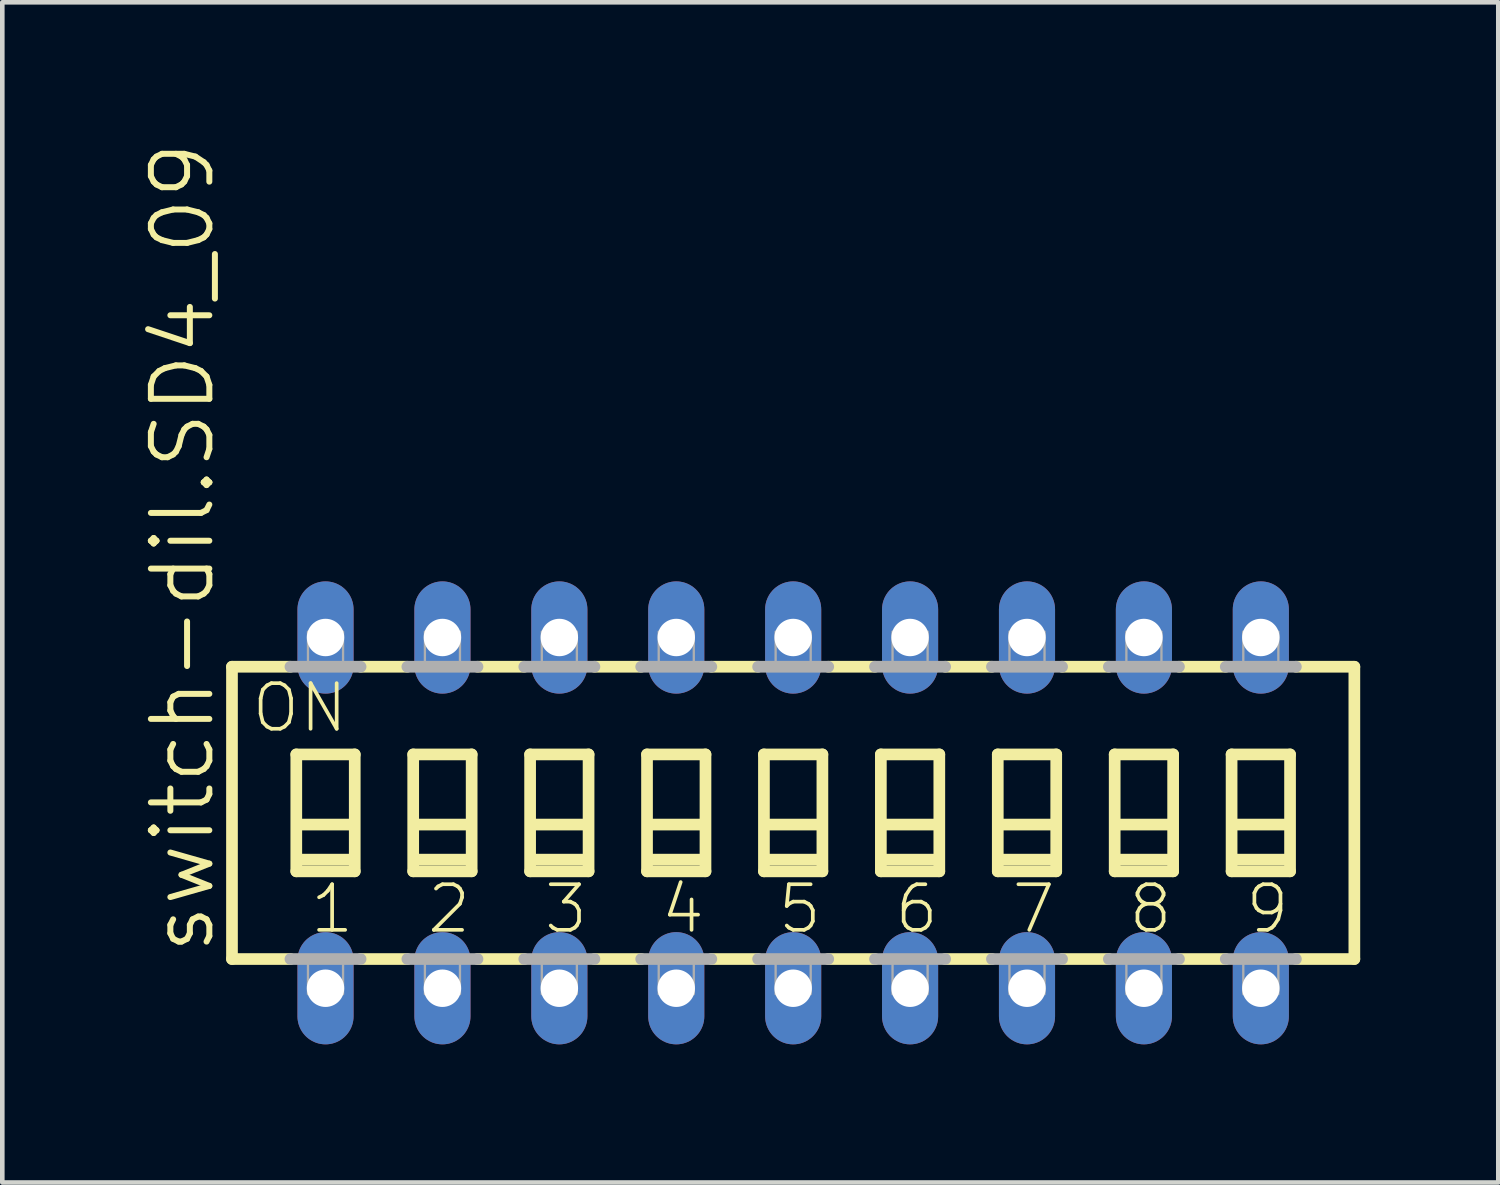
<source format=kicad_pcb>
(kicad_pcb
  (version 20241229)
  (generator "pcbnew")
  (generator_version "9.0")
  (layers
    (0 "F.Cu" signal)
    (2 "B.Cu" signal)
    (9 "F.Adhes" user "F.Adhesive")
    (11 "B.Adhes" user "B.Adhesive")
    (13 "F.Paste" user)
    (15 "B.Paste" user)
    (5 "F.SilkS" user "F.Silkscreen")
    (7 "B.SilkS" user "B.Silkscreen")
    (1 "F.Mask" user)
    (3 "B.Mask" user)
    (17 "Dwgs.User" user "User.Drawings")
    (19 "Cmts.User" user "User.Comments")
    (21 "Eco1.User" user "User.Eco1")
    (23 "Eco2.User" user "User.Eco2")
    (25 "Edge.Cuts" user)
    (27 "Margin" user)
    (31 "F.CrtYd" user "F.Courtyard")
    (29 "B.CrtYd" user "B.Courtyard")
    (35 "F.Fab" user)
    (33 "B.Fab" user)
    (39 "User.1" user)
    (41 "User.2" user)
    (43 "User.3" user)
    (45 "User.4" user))
  (footprint "switch-dil.SD4_09"
    (layer "F.Cu")
    (at 14.182 14.61)
    (property "Reference" "switch-dil.SD4_09" (at -12.522 3.124 90) (layer "F.SilkS") (effects (font (size 1.27 1.27) (thickness 0.13)) (justify left bottom)))
    (attr through_hole)
    (fp_line (start -12.192 -3.175) (end -12.192 3.175) (stroke (width 0.254) (type default)) (layer "F.SilkS"))
    (fp_line (start -12.192 -3.175) (end -10.922 -3.175) (stroke (width 0.254) (type default)) (layer "F.SilkS"))
    (fp_line (start -12.192 3.175) (end -10.922 3.175) (stroke (width 0.254) (type default)) (layer "F.SilkS"))
    (fp_line (start -10.795 -1.27) (end -10.795 1.27) (stroke (width 0.254) (type default)) (layer "F.SilkS"))
    (fp_line (start -10.795 1.27) (end -9.525 1.27) (stroke (width 0.254) (type default)) (layer "F.SilkS"))
    (fp_line (start -10.668 0.254) (end -9.652 0.254) (stroke (width 0.254) (type default)) (layer "F.SilkS"))
    (fp_line (start -9.652 1.016) (end -10.668 1.016) (stroke (width 0.254) (type default)) (layer "F.SilkS"))
    (fp_line (start -9.525 -1.27) (end -10.795 -1.27) (stroke (width 0.254) (type default)) (layer "F.SilkS"))
    (fp_line (start -9.525 1.27) (end -9.525 -1.27) (stroke (width 0.254) (type default)) (layer "F.SilkS"))
    (fp_line (start -9.398 -3.175) (end -8.382 -3.175) (stroke (width 0.254) (type default)) (layer "F.SilkS"))
    (fp_line (start -9.398 3.175) (end -8.382 3.175) (stroke (width 0.254) (type default)) (layer "F.SilkS"))
    (fp_line (start -8.255 -1.27) (end -8.255 1.27) (stroke (width 0.254) (type default)) (layer "F.SilkS"))
    (fp_line (start -8.255 1.27) (end -6.985 1.27) (stroke (width 0.254) (type default)) (layer "F.SilkS"))
    (fp_line (start -8.128 0.254) (end -7.112 0.254) (stroke (width 0.254) (type default)) (layer "F.SilkS"))
    (fp_line (start -7.112 1.016) (end -8.128 1.016) (stroke (width 0.254) (type default)) (layer "F.SilkS"))
    (fp_line (start -6.985 -1.27) (end -8.255 -1.27) (stroke (width 0.254) (type default)) (layer "F.SilkS"))
    (fp_line (start -6.985 1.27) (end -6.985 -1.27) (stroke (width 0.254) (type default)) (layer "F.SilkS"))
    (fp_line (start -6.858 -3.175) (end -5.842 -3.175) (stroke (width 0.254) (type default)) (layer "F.SilkS"))
    (fp_line (start -6.858 3.175) (end -5.842 3.175) (stroke (width 0.254) (type default)) (layer "F.SilkS"))
    (fp_line (start -5.715 -1.27) (end -5.715 1.27) (stroke (width 0.254) (type default)) (layer "F.SilkS"))
    (fp_line (start -5.715 1.27) (end -4.445 1.27) (stroke (width 0.254) (type default)) (layer "F.SilkS"))
    (fp_line (start -5.588 0.254) (end -4.572 0.254) (stroke (width 0.254) (type default)) (layer "F.SilkS"))
    (fp_line (start -4.572 1.016) (end -5.588 1.016) (stroke (width 0.254) (type default)) (layer "F.SilkS"))
    (fp_line (start -4.445 -1.27) (end -5.715 -1.27) (stroke (width 0.254) (type default)) (layer "F.SilkS"))
    (fp_line (start -4.445 1.27) (end -4.445 -1.27) (stroke (width 0.254) (type default)) (layer "F.SilkS"))
    (fp_line (start -4.318 -3.175) (end -3.302 -3.175) (stroke (width 0.254) (type default)) (layer "F.SilkS"))
    (fp_line (start -4.318 3.175) (end -3.302 3.175) (stroke (width 0.254) (type default)) (layer "F.SilkS"))
    (fp_line (start -3.175 -1.27) (end -3.175 1.27) (stroke (width 0.254) (type default)) (layer "F.SilkS"))
    (fp_line (start -3.175 1.27) (end -1.905 1.27) (stroke (width 0.254) (type default)) (layer "F.SilkS"))
    (fp_line (start -3.048 0.254) (end -2.032 0.254) (stroke (width 0.254) (type default)) (layer "F.SilkS"))
    (fp_line (start -2.032 1.016) (end -3.048 1.016) (stroke (width 0.254) (type default)) (layer "F.SilkS"))
    (fp_line (start -1.905 -1.27) (end -3.175 -1.27) (stroke (width 0.254) (type default)) (layer "F.SilkS"))
    (fp_line (start -1.905 1.27) (end -1.905 -1.27) (stroke (width 0.254) (type default)) (layer "F.SilkS"))
    (fp_line (start -1.778 -3.175) (end -0.762 -3.175) (stroke (width 0.254) (type default)) (layer "F.SilkS"))
    (fp_line (start -1.778 3.175) (end -0.762 3.175) (stroke (width 0.254) (type default)) (layer "F.SilkS"))
    (fp_line (start -0.635 -1.27) (end -0.635 1.27) (stroke (width 0.254) (type default)) (layer "F.SilkS"))
    (fp_line (start -0.635 1.27) (end 0.635 1.27) (stroke (width 0.254) (type default)) (layer "F.SilkS"))
    (fp_line (start -0.508 0.254) (end 0.508 0.254) (stroke (width 0.254) (type default)) (layer "F.SilkS"))
    (fp_line (start 0.508 1.016) (end -0.508 1.016) (stroke (width 0.254) (type default)) (layer "F.SilkS"))
    (fp_line (start 0.635 -1.27) (end -0.635 -1.27) (stroke (width 0.254) (type default)) (layer "F.SilkS"))
    (fp_line (start 0.635 1.27) (end 0.635 -1.27) (stroke (width 0.254) (type default)) (layer "F.SilkS"))
    (fp_line (start 0.762 -3.175) (end 1.778 -3.175) (stroke (width 0.254) (type default)) (layer "F.SilkS"))
    (fp_line (start 0.762 3.175) (end 1.778 3.175) (stroke (width 0.254) (type default)) (layer "F.SilkS"))
    (fp_line (start 1.905 -1.27) (end 1.905 1.27) (stroke (width 0.254) (type default)) (layer "F.SilkS"))
    (fp_line (start 1.905 1.27) (end 3.175 1.27) (stroke (width 0.254) (type default)) (layer "F.SilkS"))
    (fp_line (start 2.032 0.254) (end 3.048 0.254) (stroke (width 0.254) (type default)) (layer "F.SilkS"))
    (fp_line (start 3.048 1.016) (end 2.032 1.016) (stroke (width 0.254) (type default)) (layer "F.SilkS"))
    (fp_line (start 3.175 -1.27) (end 1.905 -1.27) (stroke (width 0.254) (type default)) (layer "F.SilkS"))
    (fp_line (start 3.175 1.27) (end 3.175 -1.27) (stroke (width 0.254) (type default)) (layer "F.SilkS"))
    (fp_line (start 3.302 -3.175) (end 4.318 -3.175) (stroke (width 0.254) (type default)) (layer "F.SilkS"))
    (fp_line (start 3.302 3.175) (end 4.318 3.175) (stroke (width 0.254) (type default)) (layer "F.SilkS"))
    (fp_line (start 4.445 -1.27) (end 4.445 1.27) (stroke (width 0.254) (type default)) (layer "F.SilkS"))
    (fp_line (start 4.445 1.27) (end 5.715 1.27) (stroke (width 0.254) (type default)) (layer "F.SilkS"))
    (fp_line (start 4.572 0.254) (end 5.588 0.254) (stroke (width 0.254) (type default)) (layer "F.SilkS"))
    (fp_line (start 5.588 1.016) (end 4.572 1.016) (stroke (width 0.254) (type default)) (layer "F.SilkS"))
    (fp_line (start 5.715 -1.27) (end 4.445 -1.27) (stroke (width 0.254) (type default)) (layer "F.SilkS"))
    (fp_line (start 5.715 1.27) (end 5.715 -1.27) (stroke (width 0.254) (type default)) (layer "F.SilkS"))
    (fp_line (start 5.842 -3.175) (end 6.858 -3.175) (stroke (width 0.254) (type default)) (layer "F.SilkS"))
    (fp_line (start 5.842 3.175) (end 6.858 3.175) (stroke (width 0.254) (type default)) (layer "F.SilkS"))
    (fp_line (start 6.985 -1.27) (end 6.985 1.27) (stroke (width 0.254) (type default)) (layer "F.SilkS"))
    (fp_line (start 6.985 1.27) (end 8.255 1.27) (stroke (width 0.254) (type default)) (layer "F.SilkS"))
    (fp_line (start 7.112 0.254) (end 8.128 0.254) (stroke (width 0.254) (type default)) (layer "F.SilkS"))
    (fp_line (start 8.128 1.016) (end 7.112 1.016) (stroke (width 0.254) (type default)) (layer "F.SilkS"))
    (fp_line (start 8.255 -1.27) (end 6.985 -1.27) (stroke (width 0.254) (type default)) (layer "F.SilkS"))
    (fp_line (start 8.255 1.27) (end 8.255 -1.27) (stroke (width 0.254) (type default)) (layer "F.SilkS"))
    (fp_line (start 8.382 -3.175) (end 9.398 -3.175) (stroke (width 0.254) (type default)) (layer "F.SilkS"))
    (fp_line (start 8.382 3.175) (end 9.398 3.175) (stroke (width 0.254) (type default)) (layer "F.SilkS"))
    (fp_line (start 9.525 -1.27) (end 9.525 1.27) (stroke (width 0.254) (type default)) (layer "F.SilkS"))
    (fp_line (start 9.525 1.27) (end 10.795 1.27) (stroke (width 0.254) (type default)) (layer "F.SilkS"))
    (fp_line (start 9.652 0.254) (end 10.668 0.254) (stroke (width 0.254) (type default)) (layer "F.SilkS"))
    (fp_line (start 10.668 1.016) (end 9.652 1.016) (stroke (width 0.254) (type default)) (layer "F.SilkS"))
    (fp_line (start 10.795 -1.27) (end 9.525 -1.27) (stroke (width 0.254) (type default)) (layer "F.SilkS"))
    (fp_line (start 10.795 1.27) (end 10.795 -1.27) (stroke (width 0.254) (type default)) (layer "F.SilkS"))
    (fp_line (start 12.192 -3.175) (end 10.922 -3.175) (stroke (width 0.254) (type default)) (layer "F.SilkS"))
    (fp_line (start 12.192 3.175) (end 10.922 3.175) (stroke (width 0.254) (type default)) (layer "F.SilkS"))
    (fp_line (start 12.192 3.175) (end 12.192 -3.175) (stroke (width 0.254) (type default)) (layer "F.SilkS"))
    (fp_line (start -10.922 -3.175) (end -9.398 -3.175) (stroke (width 0.254) (type default)) (layer "F.Fab"))
    (fp_line (start -9.398 3.175) (end -10.922 3.175) (stroke (width 0.254) (type default)) (layer "F.Fab"))
    (fp_line (start -8.382 -3.175) (end -6.858 -3.175) (stroke (width 0.254) (type default)) (layer "F.Fab"))
    (fp_line (start -6.858 3.175) (end -8.382 3.175) (stroke (width 0.254) (type default)) (layer "F.Fab"))
    (fp_line (start -5.842 -3.175) (end -4.318 -3.175) (stroke (width 0.254) (type default)) (layer "F.Fab"))
    (fp_line (start -4.318 3.175) (end -5.842 3.175) (stroke (width 0.254) (type default)) (layer "F.Fab"))
    (fp_line (start -3.302 -3.175) (end -1.778 -3.175) (stroke (width 0.254) (type default)) (layer "F.Fab"))
    (fp_line (start -1.778 3.175) (end -3.302 3.175) (stroke (width 0.254) (type default)) (layer "F.Fab"))
    (fp_line (start -0.762 -3.175) (end 0.762 -3.175) (stroke (width 0.254) (type default)) (layer "F.Fab"))
    (fp_line (start 0.762 3.175) (end -0.762 3.175) (stroke (width 0.254) (type default)) (layer "F.Fab"))
    (fp_line (start 1.778 -3.175) (end 3.302 -3.175) (stroke (width 0.254) (type default)) (layer "F.Fab"))
    (fp_line (start 3.302 3.175) (end 1.778 3.175) (stroke (width 0.254) (type default)) (layer "F.Fab"))
    (fp_line (start 4.318 -3.175) (end 5.842 -3.175) (stroke (width 0.254) (type default)) (layer "F.Fab"))
    (fp_line (start 5.842 3.175) (end 4.318 3.175) (stroke (width 0.254) (type default)) (layer "F.Fab"))
    (fp_line (start 6.858 -3.175) (end 8.382 -3.175) (stroke (width 0.254) (type default)) (layer "F.Fab"))
    (fp_line (start 8.382 3.175) (end 6.858 3.175) (stroke (width 0.254) (type default)) (layer "F.Fab"))
    (fp_line (start 9.398 -3.175) (end 10.922 -3.175) (stroke (width 0.254) (type default)) (layer "F.Fab"))
    (fp_line (start 10.922 3.175) (end 9.398 3.175) (stroke (width 0.254) (type default)) (layer "F.Fab"))
    (fp_rect (start -10.541 -3.175) (end -9.779 -3.937) (stroke (width 0.05) (type default)) (fill no) (layer "F.Fab"))
    (fp_rect (start -10.541 3.937) (end -9.779 3.175) (stroke (width 0.05) (type default)) (fill no) (layer "F.Fab"))
    (fp_rect (start -8.001 -3.175) (end -7.239 -3.937) (stroke (width 0.05) (type default)) (fill no) (layer "F.Fab"))
    (fp_rect (start -8.001 3.937) (end -7.239 3.175) (stroke (width 0.05) (type default)) (fill no) (layer "F.Fab"))
    (fp_rect (start -5.461 -3.175) (end -4.699 -3.937) (stroke (width 0.05) (type default)) (fill no) (layer "F.Fab"))
    (fp_rect (start -5.461 3.937) (end -4.699 3.175) (stroke (width 0.05) (type default)) (fill no) (layer "F.Fab"))
    (fp_rect (start -2.921 -3.175) (end -2.159 -3.937) (stroke (width 0.05) (type default)) (fill no) (layer "F.Fab"))
    (fp_rect (start -2.921 3.937) (end -2.159 3.175) (stroke (width 0.05) (type default)) (fill no) (layer "F.Fab"))
    (fp_rect (start -0.381 -3.175) (end 0.381 -3.937) (stroke (width 0.05) (type default)) (fill no) (layer "F.Fab"))
    (fp_rect (start -0.381 3.937) (end 0.381 3.175) (stroke (width 0.05) (type default)) (fill no) (layer "F.Fab"))
    (fp_rect (start 2.159 -3.175) (end 2.921 -3.937) (stroke (width 0.05) (type default)) (fill no) (layer "F.Fab"))
    (fp_rect (start 2.159 3.937) (end 2.921 3.175) (stroke (width 0.05) (type default)) (fill no) (layer "F.Fab"))
    (fp_rect (start 4.699 -3.175) (end 5.461 -3.937) (stroke (width 0.05) (type default)) (fill no) (layer "F.Fab"))
    (fp_rect (start 4.699 3.937) (end 5.461 3.175) (stroke (width 0.05) (type default)) (fill no) (layer "F.Fab"))
    (fp_rect (start 7.239 -3.175) (end 8.001 -3.937) (stroke (width 0.05) (type default)) (fill no) (layer "F.Fab"))
    (fp_rect (start 7.239 3.937) (end 8.001 3.175) (stroke (width 0.05) (type default)) (fill no) (layer "F.Fab"))
    (fp_rect (start 9.779 -3.175) (end 10.541 -3.937) (stroke (width 0.05) (type default)) (fill no) (layer "F.Fab"))
    (fp_rect (start 9.779 3.937) (end 10.541 3.175) (stroke (width 0.05) (type default)) (fill no) (layer "F.Fab"))
    (fp_text user "2" (at -8.001 2.667 0) (layer "F.SilkS") (effects (font (size 0.991 0.991) (thickness 0.08)) (justify left bottom)))
    (fp_text user "8" (at 7.239 2.667 0) (layer "F.SilkS") (effects (font (size 0.991 0.991) (thickness 0.08)) (justify left bottom)))
    (fp_text user "1" (at -10.541 2.667 0) (layer "F.SilkS") (effects (font (size 0.991 0.991) (thickness 0.08)) (justify left bottom)))
    (fp_text user "4" (at -2.921 2.667 0) (layer "F.SilkS") (effects (font (size 0.991 0.991) (thickness 0.08)) (justify left bottom)))
    (fp_text user "6" (at 2.159 2.667 0) (layer "F.SilkS") (effects (font (size 0.991 0.991) (thickness 0.08)) (justify left bottom)))
    (fp_text user "ON" (at -11.811 -1.702 0) (layer "F.SilkS") (effects (font (size 0.991 0.991) (thickness 0.08)) (justify left bottom)))
    (fp_text user "3" (at -5.461 2.667 0) (layer "F.SilkS") (effects (font (size 0.991 0.991) (thickness 0.08)) (justify left bottom)))
    (fp_text user "5" (at -0.381 2.667 0) (layer "F.SilkS") (effects (font (size 0.991 0.991) (thickness 0.08)) (justify left bottom)))
    (fp_text user "7" (at 4.699 2.667 0) (layer "F.SilkS") (effects (font (size 0.991 0.991) (thickness 0.08)) (justify left bottom)))
    (fp_text user "9" (at 9.779 2.667 0) (layer "F.SilkS") (effects (font (size 0.991 0.991) (thickness 0.08)) (justify left bottom)))
    (pad "1" thru_hole oval (at -10.16 3.81 90) (size 2.438 1.219) (drill 0.813) (layers "*.Cu" "*.Mask"))
    (pad "2" thru_hole oval (at -7.62 3.81 90) (size 2.438 1.219) (drill 0.813) (layers "*.Cu" "*.Mask"))
    (pad "3" thru_hole oval (at -5.08 3.81 90) (size 2.438 1.219) (drill 0.813) (layers "*.Cu" "*.Mask"))
    (pad "4" thru_hole oval (at -2.54 3.81 90) (size 2.438 1.219) (drill 0.813) (layers "*.Cu" "*.Mask"))
    (pad "5" thru_hole oval (at 0 3.81 90) (size 2.438 1.219) (drill 0.813) (layers "*.Cu" "*.Mask"))
    (pad "6" thru_hole oval (at 2.54 3.81 90) (size 2.438 1.219) (drill 0.813) (layers "*.Cu" "*.Mask"))
    (pad "7" thru_hole oval (at 5.08 3.81 90) (size 2.438 1.219) (drill 0.813) (layers "*.Cu" "*.Mask"))
    (pad "8" thru_hole oval (at 7.62 3.81 90) (size 2.438 1.219) (drill 0.813) (layers "*.Cu" "*.Mask"))
    (pad "9" thru_hole oval (at 10.16 3.81 90) (size 2.438 1.219) (drill 0.813) (layers "*.Cu" "*.Mask"))
    (pad "10" thru_hole oval (at 10.16 -3.81 90) (size 2.438 1.219) (drill 0.813) (layers "*.Cu" "*.Mask"))
    (pad "11" thru_hole oval (at 7.62 -3.81 90) (size 2.438 1.219) (drill 0.813) (layers "*.Cu" "*.Mask"))
    (pad "12" thru_hole oval (at 5.08 -3.81 90) (size 2.438 1.219) (drill 0.813) (layers "*.Cu" "*.Mask"))
    (pad "13" thru_hole oval (at 2.54 -3.81 90) (size 2.438 1.219) (drill 0.813) (layers "*.Cu" "*.Mask"))
    (pad "14" thru_hole oval (at 0 -3.81 90) (size 2.438 1.219) (drill 0.813) (layers "*.Cu" "*.Mask"))
    (pad "15" thru_hole oval (at -2.54 -3.81 90) (size 2.438 1.219) (drill 0.813) (layers "*.Cu" "*.Mask"))
    (pad "16" thru_hole oval (at -5.08 -3.81 90) (size 2.438 1.219) (drill 0.813) (layers "*.Cu" "*.Mask"))
    (pad "17" thru_hole oval (at -7.62 -3.81 90) (size 2.438 1.219) (drill 0.813) (layers "*.Cu" "*.Mask"))
    (pad "18" thru_hole oval (at -10.16 -3.81 90) (size 2.438 1.219) (drill 0.813) (layers "*.Cu" "*.Mask")))
  (gr_rect
    (start -3 -3)
    (end 29.501 22.64)
    (stroke (width 0.1) (type default))
    (fill no)
    (layer "Edge.Cuts")))
</source>
